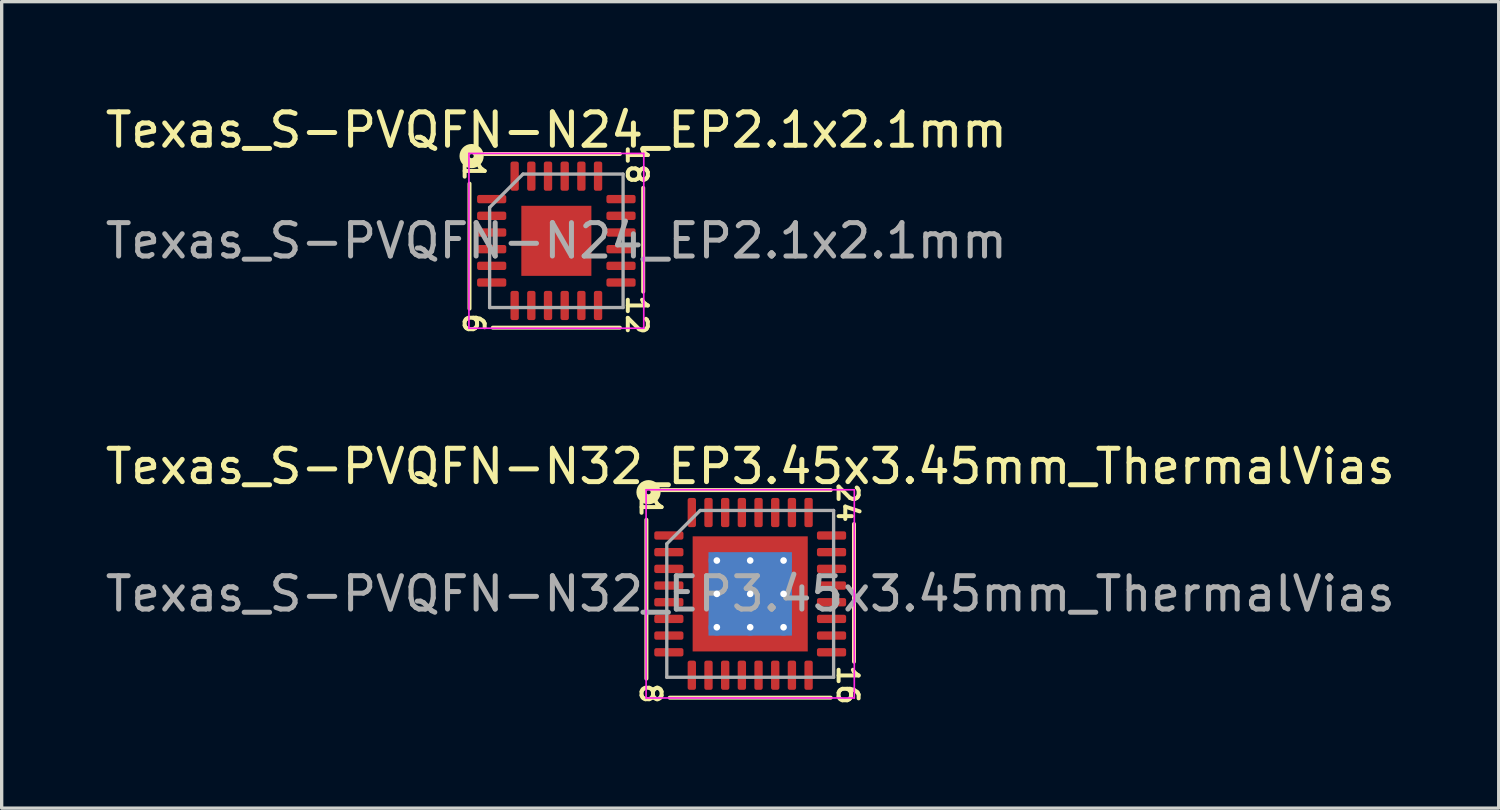
<source format=kicad_pcb>
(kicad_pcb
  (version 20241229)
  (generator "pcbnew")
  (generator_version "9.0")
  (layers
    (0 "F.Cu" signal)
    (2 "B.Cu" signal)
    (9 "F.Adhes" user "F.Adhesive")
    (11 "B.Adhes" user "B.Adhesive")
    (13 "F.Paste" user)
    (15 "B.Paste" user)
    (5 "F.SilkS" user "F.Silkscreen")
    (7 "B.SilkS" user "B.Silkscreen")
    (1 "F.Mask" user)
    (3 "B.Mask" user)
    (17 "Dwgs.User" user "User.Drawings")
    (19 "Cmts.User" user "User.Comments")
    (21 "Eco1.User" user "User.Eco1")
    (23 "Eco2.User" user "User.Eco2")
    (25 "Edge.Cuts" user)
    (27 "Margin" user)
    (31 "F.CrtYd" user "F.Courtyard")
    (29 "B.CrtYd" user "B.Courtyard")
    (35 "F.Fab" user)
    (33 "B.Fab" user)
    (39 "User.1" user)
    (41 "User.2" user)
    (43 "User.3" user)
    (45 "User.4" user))
  (footprint "Texas_S-PVQFN-N32_EP3.45x3.45mm_ThermalVias"
    (layer "F.Cu")
    (at 19.435 14.75)
    (property "Reference" "Texas_S-PVQFN-N32_EP3.45x3.45mm_ThermalVias" (at 0 -3.82 0) (layer "F.SilkS") (effects (font (size 1 1) (thickness 0.15))))
    (attr smd)
    (fp_line (start -3.111 -2.223) (end -3.111 2.54) (stroke (width 0.12) (type solid)) (layer "F.SilkS"))
    (fp_line (start -2.413 3.111) (end 2.413 3.111) (stroke (width 0.12) (type solid)) (layer "F.SilkS"))
    (fp_line (start 2.413 -3.111) (end -2.667 -3.111) (stroke (width 0.12) (type solid)) (layer "F.SilkS"))
    (fp_line (start 3.111 2.032) (end 3.111 -2.095) (stroke (width 0.12) (type solid)) (layer "F.SilkS"))
    (fp_circle (center -3.048 -3.048) (end -2.985 -3.048) (stroke (width 0.3) (type solid)) (fill no) (layer "F.SilkS"))
    (fp_line (start -3.12 -3.12) (end -3.12 3.12) (stroke (width 0.05) (type solid)) (layer "F.CrtYd"))
    (fp_line (start -3.12 3.12) (end 3.12 3.12) (stroke (width 0.05) (type solid)) (layer "F.CrtYd"))
    (fp_line (start 3.12 -3.12) (end -3.12 -3.12) (stroke (width 0.05) (type solid)) (layer "F.CrtYd"))
    (fp_line (start 3.12 3.12) (end 3.12 -3.12) (stroke (width 0.05) (type solid)) (layer "F.CrtYd"))
    (fp_line (start -2.5 -1.5) (end -1.5 -2.5) (stroke (width 0.1) (type solid)) (layer "F.Fab"))
    (fp_line (start -2.5 2.5) (end -2.5 -1.5) (stroke (width 0.1) (type solid)) (layer "F.Fab"))
    (fp_line (start -1.5 -2.5) (end 2.5 -2.5) (stroke (width 0.1) (type solid)) (layer "F.Fab"))
    (fp_line (start 2.5 -2.5) (end 2.5 2.5) (stroke (width 0.1) (type solid)) (layer "F.Fab"))
    (fp_line (start 2.5 2.5) (end -2.5 2.5) (stroke (width 0.1) (type solid)) (layer "F.Fab"))
    (fp_text user "24" (at 2.921 -2.731 270) (unlocked yes) (layer "F.SilkS") (effects (font (size 0.6 0.6) (thickness 0.12))))
    (fp_text user "8" (at -2.985 2.985 270) (unlocked yes) (layer "F.SilkS") (effects (font (size 0.6 0.6) (thickness 0.12))))
    (fp_text user "16" (at 2.921 2.731 270) (unlocked yes) (layer "F.SilkS") (effects (font (size 0.6 0.6) (thickness 0.12))))
    (fp_text user "1" (at -2.985 -2.603 270) (unlocked yes) (layer "F.SilkS") (effects (font (size 0.6 0.6) (thickness 0.12))))
    (fp_text user "${REFERENCE}" (at 0 0 0) (layer "F.Fab") (effects (font (size 1 1) (thickness 0.15))))
    (pad "" smd custom (at -1.363 -1.363) (size 0.484 0.484) (layers "F.Paste") (options (anchor circle)) (primitives (gr_poly (pts (xy 0.192 0.108) (xy 0.108 0.192) (xy -0.192 0.192) (xy -0.192 -0.192) (xy 0.192 -0.192)) (width 0.201) (fill yes))))
    (pad "" smd custom (at -1.363 -0.5) (size 0.503 0.503) (layers "F.Paste") (options (anchor circle)) (primitives (gr_poly (pts (xy 0.21 -0.254) (xy 0.21 0.254) (xy 0.143 0.321) (xy -0.21 0.321) (xy -0.21 -0.321) (xy 0.143 -0.321)) (width 0.164) (fill yes))))
    (pad "" smd custom (at -1.363 0.5) (size 0.503 0.503) (layers "F.Paste") (options (anchor circle)) (primitives (gr_poly (pts (xy 0.21 -0.254) (xy 0.21 0.254) (xy 0.143 0.321) (xy -0.21 0.321) (xy -0.21 -0.321) (xy 0.143 -0.321)) (width 0.164) (fill yes))))
    (pad "" smd custom (at -1.363 1.363) (size 0.484 0.484) (layers "F.Paste") (options (anchor circle)) (primitives (gr_poly (pts (xy 0.192 -0.108) (xy 0.192 0.192) (xy -0.192 0.192) (xy -0.192 -0.192) (xy 0.108 -0.192)) (width 0.201) (fill yes))))
    (pad "" smd custom (at -0.5 -1.363) (size 0.503 0.503) (layers "F.Paste") (options (anchor circle)) (primitives (gr_poly (pts (xy 0.321 0.143) (xy 0.254 0.21) (xy -0.254 0.21) (xy -0.321 0.143) (xy -0.321 -0.21) (xy 0.321 -0.21)) (width 0.164) (fill yes))))
    (pad "" smd roundrect (at -0.5 -0.5) (size 0.806 0.806) (layers "F.Paste") (roundrect_rratio 0.25))
    (pad "" smd roundrect (at -0.5 0.5) (size 0.806 0.806) (layers "F.Paste") (roundrect_rratio 0.25))
    (pad "" smd custom (at -0.5 1.363) (size 0.503 0.503) (layers "F.Paste") (options (anchor circle)) (primitives (gr_poly (pts (xy 0.321 -0.143) (xy 0.321 0.21) (xy -0.321 0.21) (xy -0.321 -0.143) (xy -0.254 -0.21) (xy 0.254 -0.21)) (width 0.164) (fill yes))))
    (pad "" smd custom (at 0.5 -1.363) (size 0.503 0.503) (layers "F.Paste") (options (anchor circle)) (primitives (gr_poly (pts (xy 0.321 0.143) (xy 0.254 0.21) (xy -0.254 0.21) (xy -0.321 0.143) (xy -0.321 -0.21) (xy 0.321 -0.21)) (width 0.164) (fill yes))))
    (pad "" smd roundrect (at 0.5 -0.5) (size 0.806 0.806) (layers "F.Paste") (roundrect_rratio 0.25))
    (pad "" smd roundrect (at 0.5 0.5) (size 0.806 0.806) (layers "F.Paste") (roundrect_rratio 0.25))
    (pad "" smd custom (at 0.5 1.363) (size 0.503 0.503) (layers "F.Paste") (options (anchor circle)) (primitives (gr_poly (pts (xy 0.321 -0.143) (xy 0.321 0.21) (xy -0.321 0.21) (xy -0.321 -0.143) (xy -0.254 -0.21) (xy 0.254 -0.21)) (width 0.164) (fill yes))))
    (pad "" smd custom (at 1.363 -1.363) (size 0.484 0.484) (layers "F.Paste") (options (anchor circle)) (primitives (gr_poly (pts (xy 0.192 0.192) (xy -0.108 0.192) (xy -0.192 0.108) (xy -0.192 -0.192) (xy 0.192 -0.192)) (width 0.201) (fill yes))))
    (pad "" smd custom (at 1.363 -0.5) (size 0.503 0.503) (layers "F.Paste") (options (anchor circle)) (primitives (gr_poly (pts (xy 0.21 0.321) (xy -0.143 0.321) (xy -0.21 0.254) (xy -0.21 -0.254) (xy -0.143 -0.321) (xy 0.21 -0.321)) (width 0.164) (fill yes))))
    (pad "" smd custom (at 1.363 0.5) (size 0.503 0.503) (layers "F.Paste") (options (anchor circle)) (primitives (gr_poly (pts (xy 0.21 0.321) (xy -0.143 0.321) (xy -0.21 0.254) (xy -0.21 -0.254) (xy -0.143 -0.321) (xy 0.21 -0.321)) (width 0.164) (fill yes))))
    (pad "" smd custom (at 1.363 1.363) (size 0.484 0.484) (layers "F.Paste") (options (anchor circle)) (primitives (gr_poly (pts (xy 0.192 0.192) (xy -0.192 0.192) (xy -0.192 -0.108) (xy -0.108 -0.192) (xy 0.192 -0.192)) (width 0.201) (fill yes))))
    (pad "1" smd roundrect (at -2.438 -1.75) (size 0.875 0.25) (layers "F.Cu" "F.Mask" "F.Paste") (roundrect_rratio 0.25))
    (pad "2" smd roundrect (at -2.438 -1.25) (size 0.875 0.25) (layers "F.Cu" "F.Mask" "F.Paste") (roundrect_rratio 0.25))
    (pad "3" smd roundrect (at -2.438 -0.75) (size 0.875 0.25) (layers "F.Cu" "F.Mask" "F.Paste") (roundrect_rratio 0.25))
    (pad "4" smd roundrect (at -2.438 -0.25) (size 0.875 0.25) (layers "F.Cu" "F.Mask" "F.Paste") (roundrect_rratio 0.25))
    (pad "5" smd roundrect (at -2.438 0.25) (size 0.875 0.25) (layers "F.Cu" "F.Mask" "F.Paste") (roundrect_rratio 0.25))
    (pad "6" smd roundrect (at -2.438 0.75) (size 0.875 0.25) (layers "F.Cu" "F.Mask" "F.Paste") (roundrect_rratio 0.25))
    (pad "7" smd roundrect (at -2.438 1.25) (size 0.875 0.25) (layers "F.Cu" "F.Mask" "F.Paste") (roundrect_rratio 0.25))
    (pad "8" smd roundrect (at -2.438 1.75) (size 0.875 0.25) (layers "F.Cu" "F.Mask" "F.Paste") (roundrect_rratio 0.25))
    (pad "9" smd roundrect (at -1.75 2.438) (size 0.25 0.875) (layers "F.Cu" "F.Mask" "F.Paste") (roundrect_rratio 0.25))
    (pad "10" smd roundrect (at -1.25 2.438) (size 0.25 0.875) (layers "F.Cu" "F.Mask" "F.Paste") (roundrect_rratio 0.25))
    (pad "11" smd roundrect (at -0.75 2.438) (size 0.25 0.875) (layers "F.Cu" "F.Mask" "F.Paste") (roundrect_rratio 0.25))
    (pad "12" smd roundrect (at -0.25 2.438) (size 0.25 0.875) (layers "F.Cu" "F.Mask" "F.Paste") (roundrect_rratio 0.25))
    (pad "13" smd roundrect (at 0.25 2.438) (size 0.25 0.875) (layers "F.Cu" "F.Mask" "F.Paste") (roundrect_rratio 0.25))
    (pad "14" smd roundrect (at 0.75 2.438) (size 0.25 0.875) (layers "F.Cu" "F.Mask" "F.Paste") (roundrect_rratio 0.25))
    (pad "15" smd roundrect (at 1.25 2.438) (size 0.25 0.875) (layers "F.Cu" "F.Mask" "F.Paste") (roundrect_rratio 0.25))
    (pad "16" smd roundrect (at 1.75 2.438) (size 0.25 0.875) (layers "F.Cu" "F.Mask" "F.Paste") (roundrect_rratio 0.25))
    (pad "17" smd roundrect (at 2.438 1.75) (size 0.875 0.25) (layers "F.Cu" "F.Mask" "F.Paste") (roundrect_rratio 0.25))
    (pad "18" smd roundrect (at 2.438 1.25) (size 0.875 0.25) (layers "F.Cu" "F.Mask" "F.Paste") (roundrect_rratio 0.25))
    (pad "19" smd roundrect (at 2.438 0.75) (size 0.875 0.25) (layers "F.Cu" "F.Mask" "F.Paste") (roundrect_rratio 0.25))
    (pad "20" smd roundrect (at 2.438 0.25) (size 0.875 0.25) (layers "F.Cu" "F.Mask" "F.Paste") (roundrect_rratio 0.25))
    (pad "21" smd roundrect (at 2.438 -0.25) (size 0.875 0.25) (layers "F.Cu" "F.Mask" "F.Paste") (roundrect_rratio 0.25))
    (pad "22" smd roundrect (at 2.438 -0.75) (size 0.875 0.25) (layers "F.Cu" "F.Mask" "F.Paste") (roundrect_rratio 0.25))
    (pad "23" smd roundrect (at 2.438 -1.25) (size 0.875 0.25) (layers "F.Cu" "F.Mask" "F.Paste") (roundrect_rratio 0.25))
    (pad "24" smd roundrect (at 2.438 -1.75) (size 0.875 0.25) (layers "F.Cu" "F.Mask" "F.Paste") (roundrect_rratio 0.25))
    (pad "25" smd roundrect (at 1.75 -2.438) (size 0.25 0.875) (layers "F.Cu" "F.Mask" "F.Paste") (roundrect_rratio 0.25))
    (pad "26" smd roundrect (at 1.25 -2.438) (size 0.25 0.875) (layers "F.Cu" "F.Mask" "F.Paste") (roundrect_rratio 0.25))
    (pad "27" smd roundrect (at 0.75 -2.438) (size 0.25 0.875) (layers "F.Cu" "F.Mask" "F.Paste") (roundrect_rratio 0.25))
    (pad "28" smd roundrect (at 0.25 -2.438) (size 0.25 0.875) (layers "F.Cu" "F.Mask" "F.Paste") (roundrect_rratio 0.25))
    (pad "29" smd roundrect (at -0.25 -2.438) (size 0.25 0.875) (layers "F.Cu" "F.Mask" "F.Paste") (roundrect_rratio 0.25))
    (pad "30" smd roundrect (at -0.75 -2.438) (size 0.25 0.875) (layers "F.Cu" "F.Mask" "F.Paste") (roundrect_rratio 0.25))
    (pad "31" smd roundrect (at -1.25 -2.438) (size 0.25 0.875) (layers "F.Cu" "F.Mask" "F.Paste") (roundrect_rratio 0.25))
    (pad "32" smd roundrect (at -1.75 -2.438) (size 0.25 0.875) (layers "F.Cu" "F.Mask" "F.Paste") (roundrect_rratio 0.25))
    (pad "33" thru_hole circle (at -1 -1) (size 0.5 0.5) (drill 0.2) (layers "*.Cu"))
    (pad "33" thru_hole circle (at -1 0) (size 0.5 0.5) (drill 0.2) (layers "*.Cu"))
    (pad "33" thru_hole circle (at -1 1) (size 0.5 0.5) (drill 0.2) (layers "*.Cu"))
    (pad "33" thru_hole circle (at 0 -1) (size 0.5 0.5) (drill 0.2) (layers "*.Cu"))
    (pad "33" thru_hole circle (at 0 0) (size 0.5 0.5) (drill 0.2) (layers "*.Cu"))
    (pad "33" smd rect (at 0 0) (size 2.5 2.5) (layers "B.Cu" "B.Mask"))
    (pad "33" smd rect (at 0 0) (size 3.45 3.45) (layers "F.Cu" "F.Mask"))
    (pad "33" thru_hole circle (at 0 1) (size 0.5 0.5) (drill 0.2) (layers "*.Cu"))
    (pad "33" thru_hole circle (at 1 -1) (size 0.5 0.5) (drill 0.2) (layers "*.Cu"))
    (pad "33" thru_hole circle (at 1 0) (size 0.5 0.5) (drill 0.2) (layers "*.Cu"))
    (pad "33" thru_hole circle (at 1 1) (size 0.5 0.5) (drill 0.2) (layers "*.Cu")))
  (footprint "Texas_S-PVQFN-N24_EP2.1x2.1mm"
    (layer "F.Cu")
    (at 13.625 4.168)
    (property "Reference" "Texas_S-PVQFN-N24_EP2.1x2.1mm" (at 0 -3.32 0) (layer "F.SilkS") (effects (font (size 1 1) (thickness 0.15))))
    (attr smd)
    (fp_line (start -2.603 -1.714) (end -2.603 2.032) (stroke (width 0.12) (type solid)) (layer "F.SilkS"))
    (fp_line (start -1.905 2.603) (end 1.905 2.603) (stroke (width 0.12) (type solid)) (layer "F.SilkS"))
    (fp_line (start 1.905 -2.603) (end -2.159 -2.603) (stroke (width 0.12) (type solid)) (layer "F.SilkS"))
    (fp_line (start 2.603 1.524) (end 2.603 -1.587) (stroke (width 0.12) (type solid)) (layer "F.SilkS"))
    (fp_circle (center -2.54 -2.54) (end -2.477 -2.54) (stroke (width 0.3) (type solid)) (fill no) (layer "F.SilkS"))
    (fp_line (start -2.62 -2.62) (end -2.62 2.62) (stroke (width 0.05) (type solid)) (layer "F.CrtYd"))
    (fp_line (start -2.62 2.62) (end 2.62 2.62) (stroke (width 0.05) (type solid)) (layer "F.CrtYd"))
    (fp_line (start 2.62 -2.62) (end -2.62 -2.62) (stroke (width 0.05) (type solid)) (layer "F.CrtYd"))
    (fp_line (start 2.62 2.62) (end 2.62 -2.62) (stroke (width 0.05) (type solid)) (layer "F.CrtYd"))
    (fp_line (start -2 -1) (end -1 -2) (stroke (width 0.1) (type solid)) (layer "F.Fab"))
    (fp_line (start -2 2) (end -2 -1) (stroke (width 0.1) (type solid)) (layer "F.Fab"))
    (fp_line (start -1 -2) (end 2 -2) (stroke (width 0.1) (type solid)) (layer "F.Fab"))
    (fp_line (start 2 -2) (end 2 2) (stroke (width 0.1) (type solid)) (layer "F.Fab"))
    (fp_line (start 2 2) (end -2 2) (stroke (width 0.1) (type solid)) (layer "F.Fab"))
    (fp_text user "6" (at -2.477 2.477 270) (unlocked yes) (layer "F.SilkS") (effects (font (size 0.6 0.6) (thickness 0.12))))
    (fp_text user "12" (at 2.413 2.223 270) (unlocked yes) (layer "F.SilkS") (effects (font (size 0.6 0.6) (thickness 0.12))))
    (fp_text user "1" (at -2.477 -2.095 270) (unlocked yes) (layer "F.SilkS") (effects (font (size 0.6 0.6) (thickness 0.12))))
    (fp_text user "18" (at 2.413 -2.286 270) (unlocked yes) (layer "F.SilkS") (effects (font (size 0.6 0.6) (thickness 0.12))))
    (fp_text user "${REFERENCE}" (at 0 0 0) (layer "F.Fab") (effects (font (size 1 1) (thickness 0.15))))
    (pad "" smd roundrect (at -0.525 -0.525) (size 0.85 0.85) (layers "F.Paste") (roundrect_rratio 0.25))
    (pad "" smd roundrect (at -0.525 0.525) (size 0.85 0.85) (layers "F.Paste") (roundrect_rratio 0.25))
    (pad "" smd roundrect (at 0.525 -0.525) (size 0.85 0.85) (layers "F.Paste") (roundrect_rratio 0.25))
    (pad "" smd roundrect (at 0.525 0.525) (size 0.85 0.85) (layers "F.Paste") (roundrect_rratio 0.25))
    (pad "1" smd roundrect (at -1.938 -1.25) (size 0.875 0.25) (layers "F.Cu" "F.Mask" "F.Paste") (roundrect_rratio 0.25))
    (pad "2" smd roundrect (at -1.938 -0.75) (size 0.875 0.25) (layers "F.Cu" "F.Mask" "F.Paste") (roundrect_rratio 0.25))
    (pad "3" smd roundrect (at -1.938 -0.25) (size 0.875 0.25) (layers "F.Cu" "F.Mask" "F.Paste") (roundrect_rratio 0.25))
    (pad "4" smd roundrect (at -1.938 0.25) (size 0.875 0.25) (layers "F.Cu" "F.Mask" "F.Paste") (roundrect_rratio 0.25))
    (pad "5" smd roundrect (at -1.938 0.75) (size 0.875 0.25) (layers "F.Cu" "F.Mask" "F.Paste") (roundrect_rratio 0.25))
    (pad "6" smd roundrect (at -1.938 1.25) (size 0.875 0.25) (layers "F.Cu" "F.Mask" "F.Paste") (roundrect_rratio 0.25))
    (pad "7" smd roundrect (at -1.25 1.938) (size 0.25 0.875) (layers "F.Cu" "F.Mask" "F.Paste") (roundrect_rratio 0.25))
    (pad "8" smd roundrect (at -0.75 1.938) (size 0.25 0.875) (layers "F.Cu" "F.Mask" "F.Paste") (roundrect_rratio 0.25))
    (pad "9" smd roundrect (at -0.25 1.938) (size 0.25 0.875) (layers "F.Cu" "F.Mask" "F.Paste") (roundrect_rratio 0.25))
    (pad "10" smd roundrect (at 0.25 1.938) (size 0.25 0.875) (layers "F.Cu" "F.Mask" "F.Paste") (roundrect_rratio 0.25))
    (pad "11" smd roundrect (at 0.75 1.938) (size 0.25 0.875) (layers "F.Cu" "F.Mask" "F.Paste") (roundrect_rratio 0.25))
    (pad "12" smd roundrect (at 1.25 1.938) (size 0.25 0.875) (layers "F.Cu" "F.Mask" "F.Paste") (roundrect_rratio 0.25))
    (pad "13" smd roundrect (at 1.938 1.25) (size 0.875 0.25) (layers "F.Cu" "F.Mask" "F.Paste") (roundrect_rratio 0.25))
    (pad "14" smd roundrect (at 1.938 0.75) (size 0.875 0.25) (layers "F.Cu" "F.Mask" "F.Paste") (roundrect_rratio 0.25))
    (pad "15" smd roundrect (at 1.938 0.25) (size 0.875 0.25) (layers "F.Cu" "F.Mask" "F.Paste") (roundrect_rratio 0.25))
    (pad "16" smd roundrect (at 1.938 -0.25) (size 0.875 0.25) (layers "F.Cu" "F.Mask" "F.Paste") (roundrect_rratio 0.25))
    (pad "17" smd roundrect (at 1.938 -0.75) (size 0.875 0.25) (layers "F.Cu" "F.Mask" "F.Paste") (roundrect_rratio 0.25))
    (pad "18" smd roundrect (at 1.938 -1.25) (size 0.875 0.25) (layers "F.Cu" "F.Mask" "F.Paste") (roundrect_rratio 0.25))
    (pad "19" smd roundrect (at 1.25 -1.938) (size 0.25 0.875) (layers "F.Cu" "F.Mask" "F.Paste") (roundrect_rratio 0.25))
    (pad "20" smd roundrect (at 0.75 -1.938) (size 0.25 0.875) (layers "F.Cu" "F.Mask" "F.Paste") (roundrect_rratio 0.25))
    (pad "21" smd roundrect (at 0.25 -1.938) (size 0.25 0.875) (layers "F.Cu" "F.Mask" "F.Paste") (roundrect_rratio 0.25))
    (pad "22" smd roundrect (at -0.25 -1.938) (size 0.25 0.875) (layers "F.Cu" "F.Mask" "F.Paste") (roundrect_rratio 0.25))
    (pad "23" smd roundrect (at -0.75 -1.938) (size 0.25 0.875) (layers "F.Cu" "F.Mask" "F.Paste") (roundrect_rratio 0.25))
    (pad "24" smd roundrect (at -1.25 -1.938) (size 0.25 0.875) (layers "F.Cu" "F.Mask" "F.Paste") (roundrect_rratio 0.25))
    (pad "25" smd rect (at 0 0) (size 2.1 2.1) (layers "F.Cu" "F.Mask")))
  (gr_rect
    (start -3 -3)
    (end 41.869 21.172)
    (stroke (width 0.1) (type default))
    (fill no)
    (layer "Edge.Cuts")))
</source>
